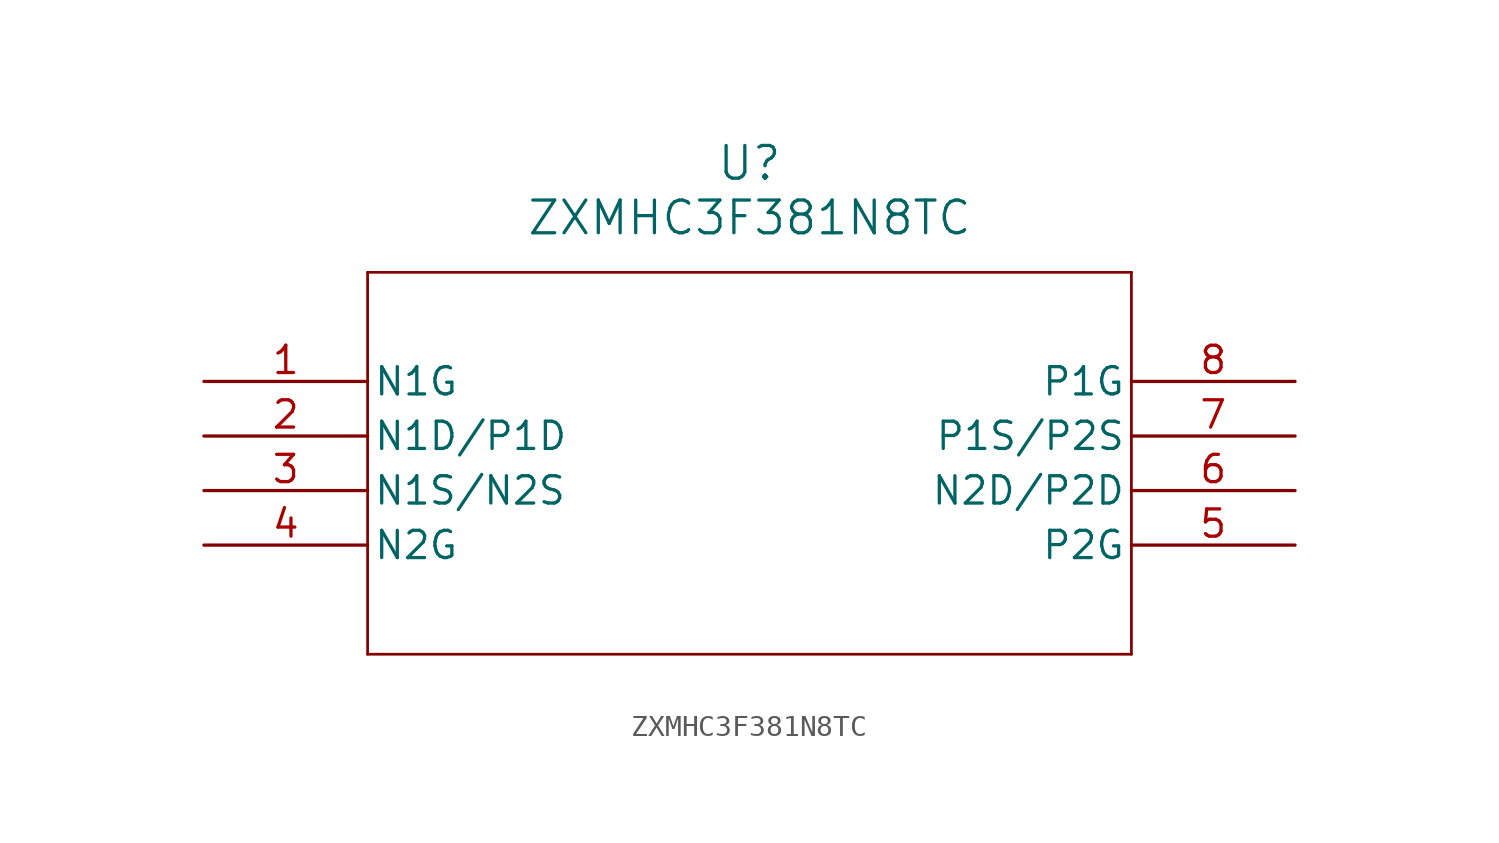
<source format=kicad_sym>
(kicad_symbol_lib
  (version 20211014)
  (generator kicad_symbol_editor)
  (symbol "ZXMHC3F381N8TC"
    (pin_names
      (offset 0.254))
    (property "Reference" "U"
      (at 25.4 10.16 0)
      (effects (font (size 1.524 1.524))))
    (property "Value" "ZXMHC3F381N8TC"
      (at 25.4 7.62 0)
      (effects (font (size 1.524 1.524))))
    (symbol "ZXMHC3F381N8TC_0_1"
      (polyline (pts (xy 7.62 5.08) (xy 7.62 -12.7)) (stroke (width 0.127) (type default) (color 0 0 0 0)) (fill (type none)))
      (polyline (pts (xy 7.62 -12.7) (xy 43.18 -12.7)) (stroke (width 0.127) (type default) (color 0 0 0 0)) (fill (type none)))
      (polyline (pts (xy 43.18 -12.7) (xy 43.18 5.08)) (stroke (width 0.127) (type default) (color 0 0 0 0)) (fill (type none)))
      (polyline (pts (xy 43.18 5.08) (xy 7.62 5.08)) (stroke (width 0.127) (type default) (color 0 0 0 0)) (fill (type none)))
      (pin bidirectional line (at 0 0 0) (length 7.62) (name "N1G" (effects (font (size 1.27 1.27)))) (number "1" (effects (font (size 1.27 1.27)))))
      (pin bidirectional line (at 0 -2.54 0) (length 7.62) (name "N1D/P1D" (effects (font (size 1.27 1.27)))) (number "2" (effects (font (size 1.27 1.27)))))
      (pin bidirectional line (at 0 -5.08 0) (length 7.62) (name "N1S/N2S" (effects (font (size 1.27 1.27)))) (number "3" (effects (font (size 1.27 1.27)))))
      (pin bidirectional line (at 0 -7.62 0) (length 7.62) (name "N2G" (effects (font (size 1.27 1.27)))) (number "4" (effects (font (size 1.27 1.27)))))
      (pin unspecified line (at 50.8 -7.62 180) (length 7.62) (name "P2G" (effects (font (size 1.27 1.27)))) (number "5" (effects (font (size 1.27 1.27)))))
      (pin bidirectional line (at 50.8 -5.08 180) (length 7.62) (name "N2D/P2D" (effects (font (size 1.27 1.27)))) (number "6" (effects (font (size 1.27 1.27)))))
      (pin bidirectional line (at 50.8 -2.54 180) (length 7.62) (name "P1S/P2S" (effects (font (size 1.27 1.27)))) (number "7" (effects (font (size 1.27 1.27)))))
      (pin bidirectional line (at 50.8 0 180) (length 7.62) (name "P1G" (effects (font (size 1.27 1.27)))) (number "8" (effects (font (size 1.27 1.27))))))))
</source>
